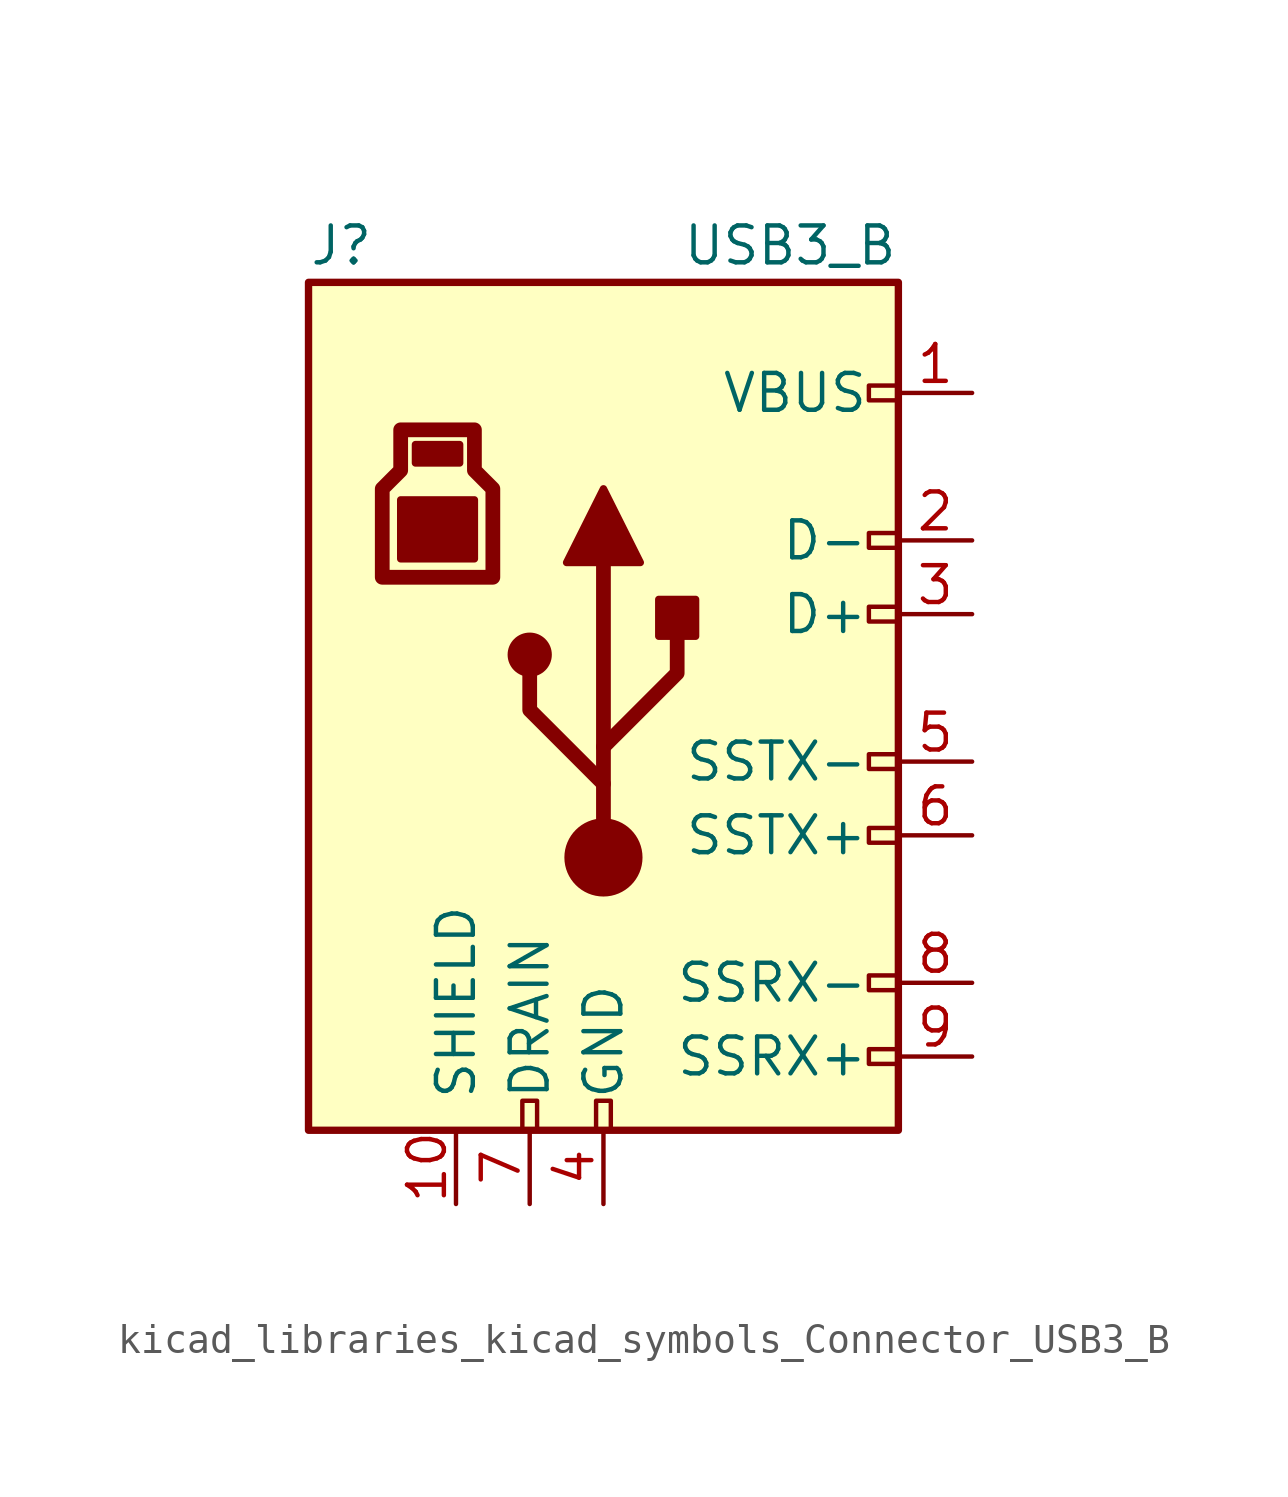
<source format=kicad_sym>
(kicad_symbol_lib
  (version 20220914)
  (generator kicad_symbol_editor)
  (symbol "kicad_libraries_kicad_symbols_Connector_USB3_B"
    (pin_names
      (offset 1.016))
    (property "Reference" "J"
      (at -10.16 15.24 0)
      (effects (font (size 1.27 1.27)) (justify left)))
    (property "Value" "USB3_B"
      (at 10.16 15.24 0)
      (effects (font (size 1.27 1.27)) (justify right)))
    (symbol "kicad_libraries_kicad_symbols_Connector_USB3_B_0_0"
      (rectangle (start -2.794 -15.24) (end -2.286 -14.224) (stroke (width 0) (type default)) (fill (type none)))
      (rectangle (start -0.254 -15.24) (end 0.254 -14.224) (stroke (width 0) (type default)) (fill (type none)))
      (rectangle (start 10.16 -12.446) (end 9.144 -12.954) (stroke (width 0) (type default)) (fill (type none)))
      (rectangle (start 10.16 -9.906) (end 9.144 -10.414) (stroke (width 0) (type default)) (fill (type none)))
      (rectangle (start 10.16 -4.826) (end 9.144 -5.334) (stroke (width 0) (type default)) (fill (type none)))
      (rectangle (start 10.16 -2.286) (end 9.144 -2.794) (stroke (width 0) (type default)) (fill (type none)))
      (rectangle (start 10.16 2.794) (end 9.144 2.286) (stroke (width 0) (type default)) (fill (type none)))
      (rectangle (start 10.16 5.334) (end 9.144 4.826) (stroke (width 0) (type default)) (fill (type none)))
      (rectangle (start 10.16 10.414) (end 9.144 9.906) (stroke (width 0) (type default)) (fill (type none))))
    (symbol "kicad_libraries_kicad_symbols_Connector_USB3_B_0_1"
      (rectangle (start -10.16 13.97) (end 10.16 -15.24) (stroke (width 0.254) (type default)) (fill (type background)))
      (rectangle (start -6.477 8.382) (end -4.953 7.747) (stroke (width 0.254) (type default)) (fill (type outline)))
      (rectangle (start -4.445 4.445) (end -6.985 6.477) (stroke (width 0.254) (type default)) (fill (type outline)))
      (polyline (pts (xy -6.985 8.89) (xy -6.985 7.493) (xy -7.62 6.858) (xy -7.62 3.81) (xy -3.81 3.81) (xy -3.81 6.858) (xy -4.445 7.493) (xy -4.445 8.89) (xy -6.858 8.89) (xy -6.985 8.89)) (stroke (width 0.508) (type default)) (fill (type none))))
    (symbol "kicad_libraries_kicad_symbols_Connector_USB3_B_1_1"
      (circle (center -2.54 1.143) (radius 0.635) (stroke (width 0.254) (type default)) (fill (type outline)))
      (circle (center 0 -5.842) (radius 1.27) (stroke (width 0) (type default)) (fill (type outline)))
      (polyline (pts (xy 0 -5.842) (xy 0 4.318)) (stroke (width 0.508) (type default)) (fill (type none)))
      (polyline (pts (xy 0 -3.302) (xy -2.54 -0.762) (xy -2.54 0.508)) (stroke (width 0.508) (type default)) (fill (type none)))
      (polyline (pts (xy 0 -2.032) (xy 2.54 0.508) (xy 2.54 1.778)) (stroke (width 0.508) (type default)) (fill (type none)))
      (polyline (pts (xy -1.27 4.318) (xy 0 6.858) (xy 1.27 4.318) (xy -1.27 4.318)) (stroke (width 0.254) (type default)) (fill (type outline)))
      (rectangle (start 1.905 1.778) (end 3.175 3.048) (stroke (width 0.254) (type default)) (fill (type outline)))
      (pin power_out line (at 12.7 10.16 180) (length 2.54) (name "VBUS" (effects (font (size 1.27 1.27)))) (number "1" (effects (font (size 1.27 1.27)))))
      (pin passive line (at -5.08 -17.78 90) (length 2.54) (name "SHIELD" (effects (font (size 1.27 1.27)))) (number "10" (effects (font (size 1.27 1.27)))))
      (pin bidirectional line (at 12.7 5.08 180) (length 2.54) (name "D-" (effects (font (size 1.27 1.27)))) (number "2" (effects (font (size 1.27 1.27)))))
      (pin bidirectional line (at 12.7 2.54 180) (length 2.54) (name "D+" (effects (font (size 1.27 1.27)))) (number "3" (effects (font (size 1.27 1.27)))))
      (pin power_out line (at 0 -17.78 90) (length 2.54) (name "GND" (effects (font (size 1.27 1.27)))) (number "4" (effects (font (size 1.27 1.27)))))
      (pin output line (at 12.7 -2.54 180) (length 2.54) (name "SSTX-" (effects (font (size 1.27 1.27)))) (number "5" (effects (font (size 1.27 1.27)))))
      (pin output line (at 12.7 -5.08 180) (length 2.54) (name "SSTX+" (effects (font (size 1.27 1.27)))) (number "6" (effects (font (size 1.27 1.27)))))
      (pin passive line (at -2.54 -17.78 90) (length 2.54) (name "DRAIN" (effects (font (size 1.27 1.27)))) (number "7" (effects (font (size 1.27 1.27)))))
      (pin input line (at 12.7 -10.16 180) (length 2.54) (name "SSRX-" (effects (font (size 1.27 1.27)))) (number "8" (effects (font (size 1.27 1.27)))))
      (pin input line (at 12.7 -12.7 180) (length 2.54) (name "SSRX+" (effects (font (size 1.27 1.27)))) (number "9" (effects (font (size 1.27 1.27))))))))
</source>
